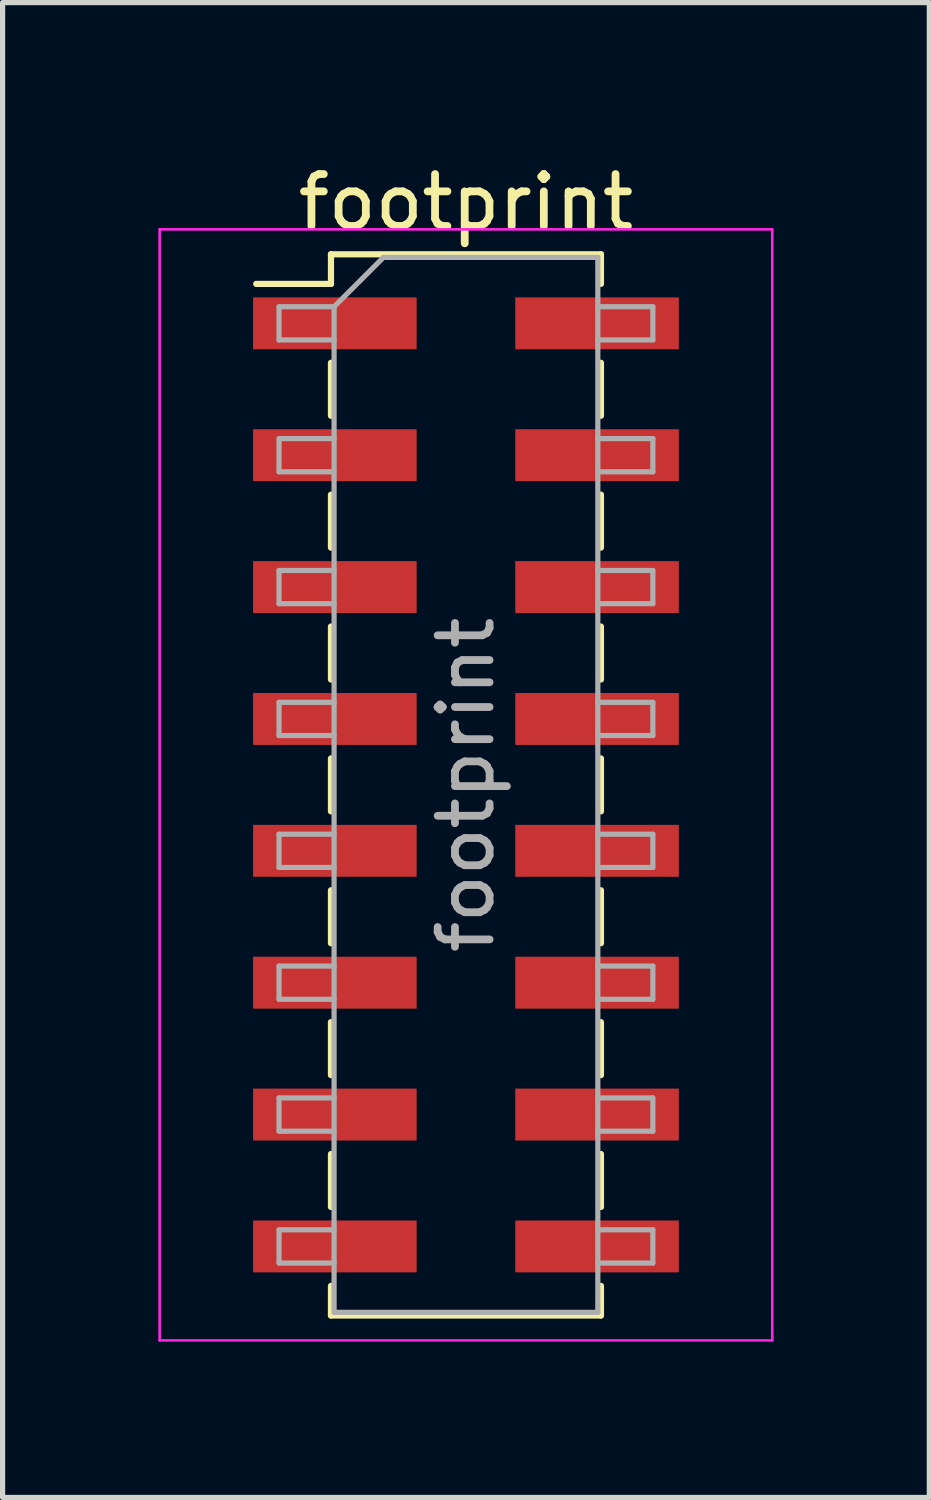
<source format=kicad_pcb>
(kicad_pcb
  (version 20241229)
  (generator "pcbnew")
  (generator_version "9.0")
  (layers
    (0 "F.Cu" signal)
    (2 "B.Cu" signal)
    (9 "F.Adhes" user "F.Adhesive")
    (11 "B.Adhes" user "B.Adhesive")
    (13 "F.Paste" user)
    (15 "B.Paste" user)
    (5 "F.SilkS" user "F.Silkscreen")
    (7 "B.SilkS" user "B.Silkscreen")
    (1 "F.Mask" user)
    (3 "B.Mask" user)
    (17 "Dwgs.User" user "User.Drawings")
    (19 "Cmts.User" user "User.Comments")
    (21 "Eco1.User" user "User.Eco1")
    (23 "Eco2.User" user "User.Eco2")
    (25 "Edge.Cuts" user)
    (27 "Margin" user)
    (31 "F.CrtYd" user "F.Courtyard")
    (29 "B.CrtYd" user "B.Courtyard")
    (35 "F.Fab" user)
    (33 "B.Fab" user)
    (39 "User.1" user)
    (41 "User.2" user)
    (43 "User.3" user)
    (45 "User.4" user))
  (footprint "footprint"
    (layer "F.Cu")
    (at 5.925 12.068)
    (property "Reference" "footprint" (at 0 -11.22 0) (layer "F.SilkS") (effects (font (size 1 1) (thickness 0.15))))
    (attr smd)
    (fp_line (start -4.04 -9.65) (end -2.6 -9.65) (stroke (width 0.12) (type solid)) (layer "F.SilkS"))
    (fp_line (start -2.6 -10.22) (end -2.6 -9.65) (stroke (width 0.12) (type solid)) (layer "F.SilkS"))
    (fp_line (start -2.6 -10.22) (end 2.6 -10.22) (stroke (width 0.12) (type solid)) (layer "F.SilkS"))
    (fp_line (start -2.6 -8.13) (end -2.6 -7.11) (stroke (width 0.12) (type solid)) (layer "F.SilkS"))
    (fp_line (start -2.6 -5.59) (end -2.6 -4.57) (stroke (width 0.12) (type solid)) (layer "F.SilkS"))
    (fp_line (start -2.6 -3.05) (end -2.6 -2.03) (stroke (width 0.12) (type solid)) (layer "F.SilkS"))
    (fp_line (start -2.6 -0.51) (end -2.6 0.51) (stroke (width 0.12) (type solid)) (layer "F.SilkS"))
    (fp_line (start -2.6 2.03) (end -2.6 3.05) (stroke (width 0.12) (type solid)) (layer "F.SilkS"))
    (fp_line (start -2.6 4.57) (end -2.6 5.59) (stroke (width 0.12) (type solid)) (layer "F.SilkS"))
    (fp_line (start -2.6 7.11) (end -2.6 8.13) (stroke (width 0.12) (type solid)) (layer "F.SilkS"))
    (fp_line (start -2.6 9.65) (end -2.6 10.22) (stroke (width 0.12) (type solid)) (layer "F.SilkS"))
    (fp_line (start -2.6 10.22) (end 2.6 10.22) (stroke (width 0.12) (type solid)) (layer "F.SilkS"))
    (fp_line (start 2.6 -10.22) (end 2.6 -9.65) (stroke (width 0.12) (type solid)) (layer "F.SilkS"))
    (fp_line (start 2.6 -8.13) (end 2.6 -7.11) (stroke (width 0.12) (type solid)) (layer "F.SilkS"))
    (fp_line (start 2.6 -5.59) (end 2.6 -4.57) (stroke (width 0.12) (type solid)) (layer "F.SilkS"))
    (fp_line (start 2.6 -3.05) (end 2.6 -2.03) (stroke (width 0.12) (type solid)) (layer "F.SilkS"))
    (fp_line (start 2.6 -0.51) (end 2.6 0.51) (stroke (width 0.12) (type solid)) (layer "F.SilkS"))
    (fp_line (start 2.6 2.03) (end 2.6 3.05) (stroke (width 0.12) (type solid)) (layer "F.SilkS"))
    (fp_line (start 2.6 4.57) (end 2.6 5.59) (stroke (width 0.12) (type solid)) (layer "F.SilkS"))
    (fp_line (start 2.6 7.11) (end 2.6 8.13) (stroke (width 0.12) (type solid)) (layer "F.SilkS"))
    (fp_line (start 2.6 9.65) (end 2.6 10.22) (stroke (width 0.12) (type solid)) (layer "F.SilkS"))
    (fp_line (start -5.9 -10.7) (end -5.9 10.7) (stroke (width 0.05) (type solid)) (layer "F.CrtYd"))
    (fp_line (start -5.9 10.7) (end 5.9 10.7) (stroke (width 0.05) (type solid)) (layer "F.CrtYd"))
    (fp_line (start 5.9 -10.7) (end -5.9 -10.7) (stroke (width 0.05) (type solid)) (layer "F.CrtYd"))
    (fp_line (start 5.9 10.7) (end 5.9 -10.7) (stroke (width 0.05) (type solid)) (layer "F.CrtYd"))
    (fp_line (start -3.6 -9.21) (end -3.6 -8.57) (stroke (width 0.1) (type solid)) (layer "F.Fab"))
    (fp_line (start -3.6 -8.57) (end -2.54 -8.57) (stroke (width 0.1) (type solid)) (layer "F.Fab"))
    (fp_line (start -3.6 -6.67) (end -3.6 -6.03) (stroke (width 0.1) (type solid)) (layer "F.Fab"))
    (fp_line (start -3.6 -6.03) (end -2.54 -6.03) (stroke (width 0.1) (type solid)) (layer "F.Fab"))
    (fp_line (start -3.6 -4.13) (end -3.6 -3.49) (stroke (width 0.1) (type solid)) (layer "F.Fab"))
    (fp_line (start -3.6 -3.49) (end -2.54 -3.49) (stroke (width 0.1) (type solid)) (layer "F.Fab"))
    (fp_line (start -3.6 -1.59) (end -3.6 -0.95) (stroke (width 0.1) (type solid)) (layer "F.Fab"))
    (fp_line (start -3.6 -0.95) (end -2.54 -0.95) (stroke (width 0.1) (type solid)) (layer "F.Fab"))
    (fp_line (start -3.6 0.95) (end -3.6 1.59) (stroke (width 0.1) (type solid)) (layer "F.Fab"))
    (fp_line (start -3.6 1.59) (end -2.54 1.59) (stroke (width 0.1) (type solid)) (layer "F.Fab"))
    (fp_line (start -3.6 3.49) (end -3.6 4.13) (stroke (width 0.1) (type solid)) (layer "F.Fab"))
    (fp_line (start -3.6 4.13) (end -2.54 4.13) (stroke (width 0.1) (type solid)) (layer "F.Fab"))
    (fp_line (start -3.6 6.03) (end -3.6 6.67) (stroke (width 0.1) (type solid)) (layer "F.Fab"))
    (fp_line (start -3.6 6.67) (end -2.54 6.67) (stroke (width 0.1) (type solid)) (layer "F.Fab"))
    (fp_line (start -3.6 8.57) (end -3.6 9.21) (stroke (width 0.1) (type solid)) (layer "F.Fab"))
    (fp_line (start -3.6 9.21) (end -2.54 9.21) (stroke (width 0.1) (type solid)) (layer "F.Fab"))
    (fp_line (start -2.54 -9.21) (end -3.6 -9.21) (stroke (width 0.1) (type solid)) (layer "F.Fab"))
    (fp_line (start -2.54 -9.21) (end -1.59 -10.16) (stroke (width 0.1) (type solid)) (layer "F.Fab"))
    (fp_line (start -2.54 -6.67) (end -3.6 -6.67) (stroke (width 0.1) (type solid)) (layer "F.Fab"))
    (fp_line (start -2.54 -4.13) (end -3.6 -4.13) (stroke (width 0.1) (type solid)) (layer "F.Fab"))
    (fp_line (start -2.54 -1.59) (end -3.6 -1.59) (stroke (width 0.1) (type solid)) (layer "F.Fab"))
    (fp_line (start -2.54 0.95) (end -3.6 0.95) (stroke (width 0.1) (type solid)) (layer "F.Fab"))
    (fp_line (start -2.54 3.49) (end -3.6 3.49) (stroke (width 0.1) (type solid)) (layer "F.Fab"))
    (fp_line (start -2.54 6.03) (end -3.6 6.03) (stroke (width 0.1) (type solid)) (layer "F.Fab"))
    (fp_line (start -2.54 8.57) (end -3.6 8.57) (stroke (width 0.1) (type solid)) (layer "F.Fab"))
    (fp_line (start -2.54 10.16) (end -2.54 -9.21) (stroke (width 0.1) (type solid)) (layer "F.Fab"))
    (fp_line (start -1.59 -10.16) (end 2.54 -10.16) (stroke (width 0.1) (type solid)) (layer "F.Fab"))
    (fp_line (start 2.54 -10.16) (end 2.54 10.16) (stroke (width 0.1) (type solid)) (layer "F.Fab"))
    (fp_line (start 2.54 -9.21) (end 3.6 -9.21) (stroke (width 0.1) (type solid)) (layer "F.Fab"))
    (fp_line (start 2.54 -6.67) (end 3.6 -6.67) (stroke (width 0.1) (type solid)) (layer "F.Fab"))
    (fp_line (start 2.54 -4.13) (end 3.6 -4.13) (stroke (width 0.1) (type solid)) (layer "F.Fab"))
    (fp_line (start 2.54 -1.59) (end 3.6 -1.59) (stroke (width 0.1) (type solid)) (layer "F.Fab"))
    (fp_line (start 2.54 0.95) (end 3.6 0.95) (stroke (width 0.1) (type solid)) (layer "F.Fab"))
    (fp_line (start 2.54 3.49) (end 3.6 3.49) (stroke (width 0.1) (type solid)) (layer "F.Fab"))
    (fp_line (start 2.54 6.03) (end 3.6 6.03) (stroke (width 0.1) (type solid)) (layer "F.Fab"))
    (fp_line (start 2.54 8.57) (end 3.6 8.57) (stroke (width 0.1) (type solid)) (layer "F.Fab"))
    (fp_line (start 2.54 10.16) (end -2.54 10.16) (stroke (width 0.1) (type solid)) (layer "F.Fab"))
    (fp_line (start 3.6 -9.21) (end 3.6 -8.57) (stroke (width 0.1) (type solid)) (layer "F.Fab"))
    (fp_line (start 3.6 -8.57) (end 2.54 -8.57) (stroke (width 0.1) (type solid)) (layer "F.Fab"))
    (fp_line (start 3.6 -6.67) (end 3.6 -6.03) (stroke (width 0.1) (type solid)) (layer "F.Fab"))
    (fp_line (start 3.6 -6.03) (end 2.54 -6.03) (stroke (width 0.1) (type solid)) (layer "F.Fab"))
    (fp_line (start 3.6 -4.13) (end 3.6 -3.49) (stroke (width 0.1) (type solid)) (layer "F.Fab"))
    (fp_line (start 3.6 -3.49) (end 2.54 -3.49) (stroke (width 0.1) (type solid)) (layer "F.Fab"))
    (fp_line (start 3.6 -1.59) (end 3.6 -0.95) (stroke (width 0.1) (type solid)) (layer "F.Fab"))
    (fp_line (start 3.6 -0.95) (end 2.54 -0.95) (stroke (width 0.1) (type solid)) (layer "F.Fab"))
    (fp_line (start 3.6 0.95) (end 3.6 1.59) (stroke (width 0.1) (type solid)) (layer "F.Fab"))
    (fp_line (start 3.6 1.59) (end 2.54 1.59) (stroke (width 0.1) (type solid)) (layer "F.Fab"))
    (fp_line (start 3.6 3.49) (end 3.6 4.13) (stroke (width 0.1) (type solid)) (layer "F.Fab"))
    (fp_line (start 3.6 4.13) (end 2.54 4.13) (stroke (width 0.1) (type solid)) (layer "F.Fab"))
    (fp_line (start 3.6 6.03) (end 3.6 6.67) (stroke (width 0.1) (type solid)) (layer "F.Fab"))
    (fp_line (start 3.6 6.67) (end 2.54 6.67) (stroke (width 0.1) (type solid)) (layer "F.Fab"))
    (fp_line (start 3.6 8.57) (end 3.6 9.21) (stroke (width 0.1) (type solid)) (layer "F.Fab"))
    (fp_line (start 3.6 9.21) (end 2.54 9.21) (stroke (width 0.1) (type solid)) (layer "F.Fab"))
    (fp_text user "${REFERENCE}" (at 0 0 90) (layer "F.Fab") (effects (font (size 1 1) (thickness 0.15))))
    (pad "1" smd rect (at -2.525 -8.89) (size 3.15 1) (layers "F.Cu" "F.Mask" "F.Paste"))
    (pad "2" smd rect (at 2.525 -8.89) (size 3.15 1) (layers "F.Cu" "F.Mask" "F.Paste"))
    (pad "3" smd rect (at -2.525 -6.35) (size 3.15 1) (layers "F.Cu" "F.Mask" "F.Paste"))
    (pad "4" smd rect (at 2.525 -6.35) (size 3.15 1) (layers "F.Cu" "F.Mask" "F.Paste"))
    (pad "5" smd rect (at -2.525 -3.81) (size 3.15 1) (layers "F.Cu" "F.Mask" "F.Paste"))
    (pad "6" smd rect (at 2.525 -3.81) (size 3.15 1) (layers "F.Cu" "F.Mask" "F.Paste"))
    (pad "7" smd rect (at -2.525 -1.27) (size 3.15 1) (layers "F.Cu" "F.Mask" "F.Paste"))
    (pad "8" smd rect (at 2.525 -1.27) (size 3.15 1) (layers "F.Cu" "F.Mask" "F.Paste"))
    (pad "9" smd rect (at -2.525 1.27) (size 3.15 1) (layers "F.Cu" "F.Mask" "F.Paste"))
    (pad "10" smd rect (at 2.525 1.27) (size 3.15 1) (layers "F.Cu" "F.Mask" "F.Paste"))
    (pad "11" smd rect (at -2.525 3.81) (size 3.15 1) (layers "F.Cu" "F.Mask" "F.Paste"))
    (pad "12" smd rect (at 2.525 3.81) (size 3.15 1) (layers "F.Cu" "F.Mask" "F.Paste"))
    (pad "13" smd rect (at -2.525 6.35) (size 3.15 1) (layers "F.Cu" "F.Mask" "F.Paste"))
    (pad "14" smd rect (at 2.525 6.35) (size 3.15 1) (layers "F.Cu" "F.Mask" "F.Paste"))
    (pad "15" smd rect (at -2.525 8.89) (size 3.15 1) (layers "F.Cu" "F.Mask" "F.Paste"))
    (pad "16" smd rect (at 2.525 8.89) (size 3.15 1) (layers "F.Cu" "F.Mask" "F.Paste")))
  (gr_rect
    (start -3 -3)
    (end 14.85 25.793)
    (stroke (width 0.1) (type default))
    (fill no)
    (layer "Edge.Cuts")))
</source>
